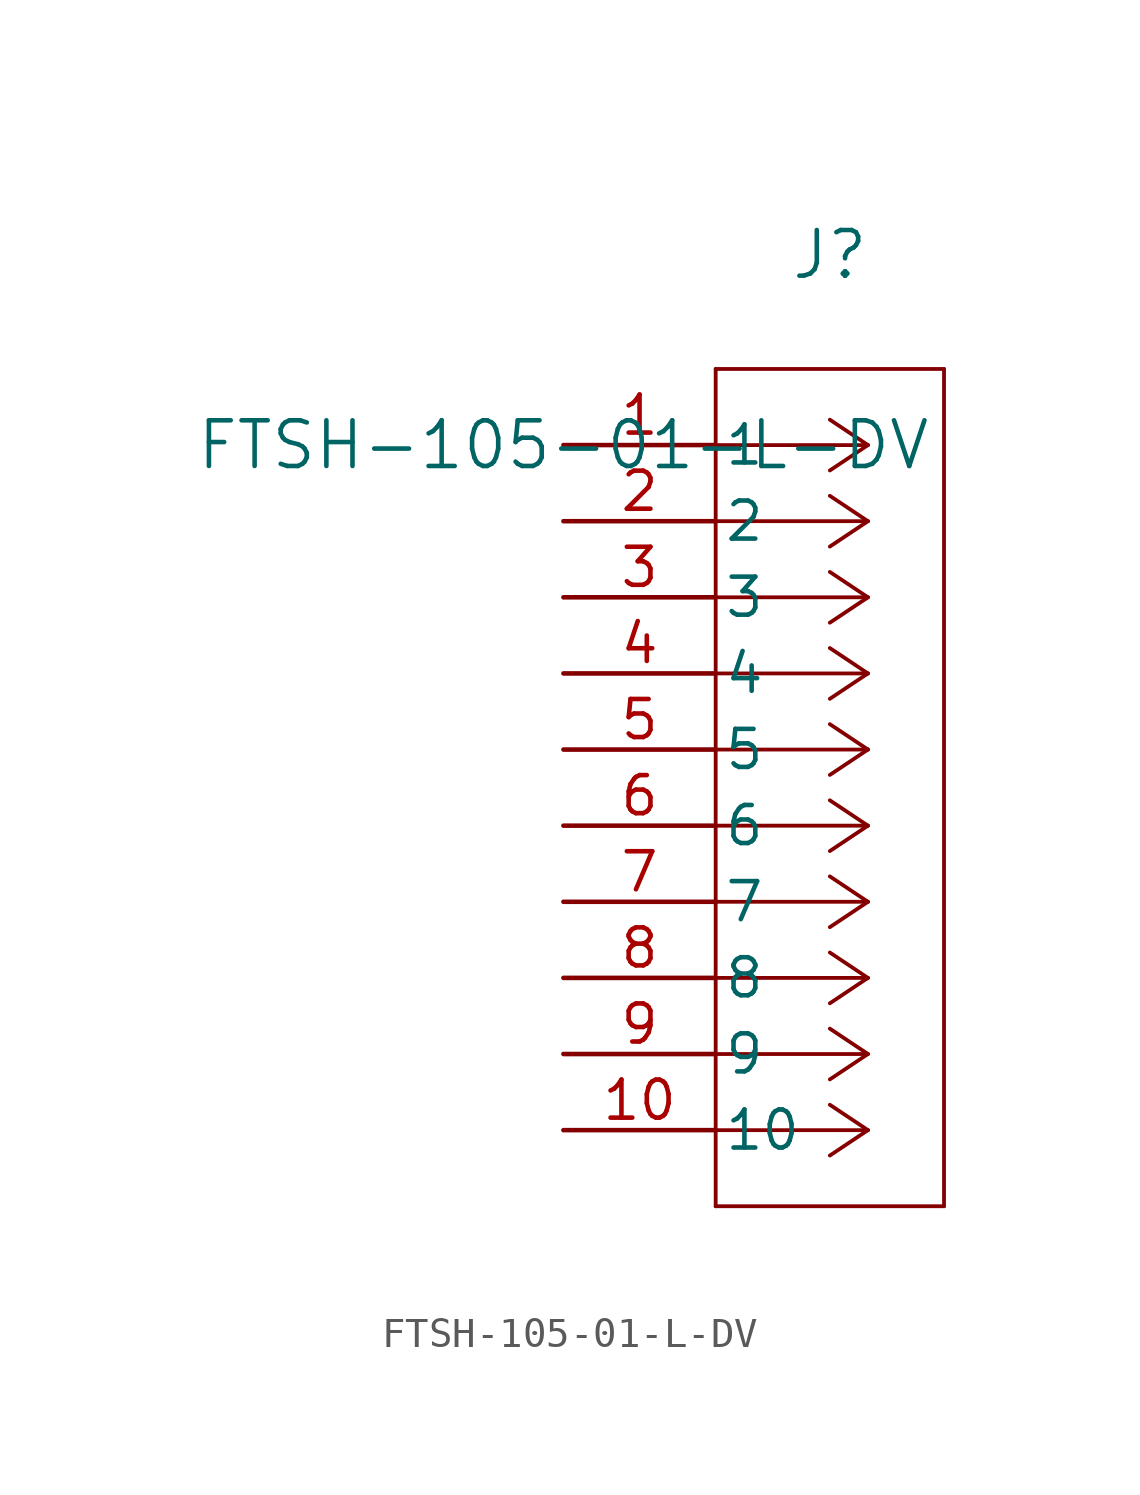
<source format=kicad_sym>
(kicad_symbol_lib
  (version 20211014)
  (generator kicad_symbol_editor)
  (symbol "FTSH-105-01-L-DV"
    (pin_names
      (offset 0.254))
    (property "Reference" "J"
      (at 8.89 6.35 0)
      (effects (font (size 1.524 1.524))))
    (property "Value" "FTSH-105-01-L-DV"
      (at 0 0 0)
      (effects (font (size 1.524 1.524))))
    (symbol "FTSH-105-01-L-DV_0_1"
      (polyline (pts (xy 10.16 0) (xy 5.08 0)) (stroke (width 0.127) (type default) (color 0 0 0 0)) (fill (type none)))
      (polyline (pts (xy 10.16 -2.54) (xy 5.08 -2.54)) (stroke (width 0.127) (type default) (color 0 0 0 0)) (fill (type none)))
      (polyline (pts (xy 10.16 -5.08) (xy 5.08 -5.08)) (stroke (width 0.127) (type default) (color 0 0 0 0)) (fill (type none)))
      (polyline (pts (xy 10.16 -7.62) (xy 5.08 -7.62)) (stroke (width 0.127) (type default) (color 0 0 0 0)) (fill (type none)))
      (polyline (pts (xy 10.16 -10.16) (xy 5.08 -10.16)) (stroke (width 0.127) (type default) (color 0 0 0 0)) (fill (type none)))
      (polyline (pts (xy 10.16 -12.7) (xy 5.08 -12.7)) (stroke (width 0.127) (type default) (color 0 0 0 0)) (fill (type none)))
      (polyline (pts (xy 10.16 -15.24) (xy 5.08 -15.24)) (stroke (width 0.127) (type default) (color 0 0 0 0)) (fill (type none)))
      (polyline (pts (xy 10.16 -17.78) (xy 5.08 -17.78)) (stroke (width 0.127) (type default) (color 0 0 0 0)) (fill (type none)))
      (polyline (pts (xy 10.16 -20.32) (xy 5.08 -20.32)) (stroke (width 0.127) (type default) (color 0 0 0 0)) (fill (type none)))
      (polyline (pts (xy 10.16 -22.86) (xy 5.08 -22.86)) (stroke (width 0.127) (type default) (color 0 0 0 0)) (fill (type none)))
      (polyline (pts (xy 10.16 0) (xy 8.89 0.847)) (stroke (width 0.127) (type default) (color 0 0 0 0)) (fill (type none)))
      (polyline (pts (xy 10.16 -2.54) (xy 8.89 -1.693)) (stroke (width 0.127) (type default) (color 0 0 0 0)) (fill (type none)))
      (polyline (pts (xy 10.16 -5.08) (xy 8.89 -4.233)) (stroke (width 0.127) (type default) (color 0 0 0 0)) (fill (type none)))
      (polyline (pts (xy 10.16 -7.62) (xy 8.89 -6.773)) (stroke (width 0.127) (type default) (color 0 0 0 0)) (fill (type none)))
      (polyline (pts (xy 10.16 -10.16) (xy 8.89 -9.313)) (stroke (width 0.127) (type default) (color 0 0 0 0)) (fill (type none)))
      (polyline (pts (xy 10.16 -12.7) (xy 8.89 -11.853)) (stroke (width 0.127) (type default) (color 0 0 0 0)) (fill (type none)))
      (polyline (pts (xy 10.16 -15.24) (xy 8.89 -14.393)) (stroke (width 0.127) (type default) (color 0 0 0 0)) (fill (type none)))
      (polyline (pts (xy 10.16 -17.78) (xy 8.89 -16.933)) (stroke (width 0.127) (type default) (color 0 0 0 0)) (fill (type none)))
      (polyline (pts (xy 10.16 -20.32) (xy 8.89 -19.473)) (stroke (width 0.127) (type default) (color 0 0 0 0)) (fill (type none)))
      (polyline (pts (xy 10.16 -22.86) (xy 8.89 -22.013)) (stroke (width 0.127) (type default) (color 0 0 0 0)) (fill (type none)))
      (polyline (pts (xy 10.16 0) (xy 8.89 -0.847)) (stroke (width 0.127) (type default) (color 0 0 0 0)) (fill (type none)))
      (polyline (pts (xy 10.16 -2.54) (xy 8.89 -3.387)) (stroke (width 0.127) (type default) (color 0 0 0 0)) (fill (type none)))
      (polyline (pts (xy 10.16 -5.08) (xy 8.89 -5.927)) (stroke (width 0.127) (type default) (color 0 0 0 0)) (fill (type none)))
      (polyline (pts (xy 10.16 -7.62) (xy 8.89 -8.467)) (stroke (width 0.127) (type default) (color 0 0 0 0)) (fill (type none)))
      (polyline (pts (xy 10.16 -10.16) (xy 8.89 -11.007)) (stroke (width 0.127) (type default) (color 0 0 0 0)) (fill (type none)))
      (polyline (pts (xy 10.16 -12.7) (xy 8.89 -13.547)) (stroke (width 0.127) (type default) (color 0 0 0 0)) (fill (type none)))
      (polyline (pts (xy 10.16 -15.24) (xy 8.89 -16.087)) (stroke (width 0.127) (type default) (color 0 0 0 0)) (fill (type none)))
      (polyline (pts (xy 10.16 -17.78) (xy 8.89 -18.627)) (stroke (width 0.127) (type default) (color 0 0 0 0)) (fill (type none)))
      (polyline (pts (xy 10.16 -20.32) (xy 8.89 -21.167)) (stroke (width 0.127) (type default) (color 0 0 0 0)) (fill (type none)))
      (polyline (pts (xy 10.16 -22.86) (xy 8.89 -23.707)) (stroke (width 0.127) (type default) (color 0 0 0 0)) (fill (type none)))
      (polyline (pts (xy 5.08 2.54) (xy 5.08 -25.4)) (stroke (width 0.127) (type default) (color 0 0 0 0)) (fill (type none)))
      (polyline (pts (xy 5.08 -25.4) (xy 12.7 -25.4)) (stroke (width 0.127) (type default) (color 0 0 0 0)) (fill (type none)))
      (polyline (pts (xy 12.7 -25.4) (xy 12.7 2.54)) (stroke (width 0.127) (type default) (color 0 0 0 0)) (fill (type none)))
      (polyline (pts (xy 12.7 2.54) (xy 5.08 2.54)) (stroke (width 0.127) (type default) (color 0 0 0 0)) (fill (type none)))
      (pin unspecified line (at 0 0 0) (length 5.08) (name "1" (effects (font (size 1.27 1.27)))) (number "1" (effects (font (size 1.27 1.27)))))
      (pin unspecified line (at 0 -2.54 0) (length 5.08) (name "2" (effects (font (size 1.27 1.27)))) (number "2" (effects (font (size 1.27 1.27)))))
      (pin unspecified line (at 0 -5.08 0) (length 5.08) (name "3" (effects (font (size 1.27 1.27)))) (number "3" (effects (font (size 1.27 1.27)))))
      (pin unspecified line (at 0 -7.62 0) (length 5.08) (name "4" (effects (font (size 1.27 1.27)))) (number "4" (effects (font (size 1.27 1.27)))))
      (pin unspecified line (at 0 -10.16 0) (length 5.08) (name "5" (effects (font (size 1.27 1.27)))) (number "5" (effects (font (size 1.27 1.27)))))
      (pin unspecified line (at 0 -12.7 0) (length 5.08) (name "6" (effects (font (size 1.27 1.27)))) (number "6" (effects (font (size 1.27 1.27)))))
      (pin unspecified line (at 0 -15.24 0) (length 5.08) (name "7" (effects (font (size 1.27 1.27)))) (number "7" (effects (font (size 1.27 1.27)))))
      (pin unspecified line (at 0 -17.78 0) (length 5.08) (name "8" (effects (font (size 1.27 1.27)))) (number "8" (effects (font (size 1.27 1.27)))))
      (pin unspecified line (at 0 -20.32 0) (length 5.08) (name "9" (effects (font (size 1.27 1.27)))) (number "9" (effects (font (size 1.27 1.27)))))
      (pin unspecified line (at 0 -22.86 0) (length 5.08) (name "10" (effects (font (size 1.27 1.27)))) (number "10" (effects (font (size 1.27 1.27))))))))
</source>
